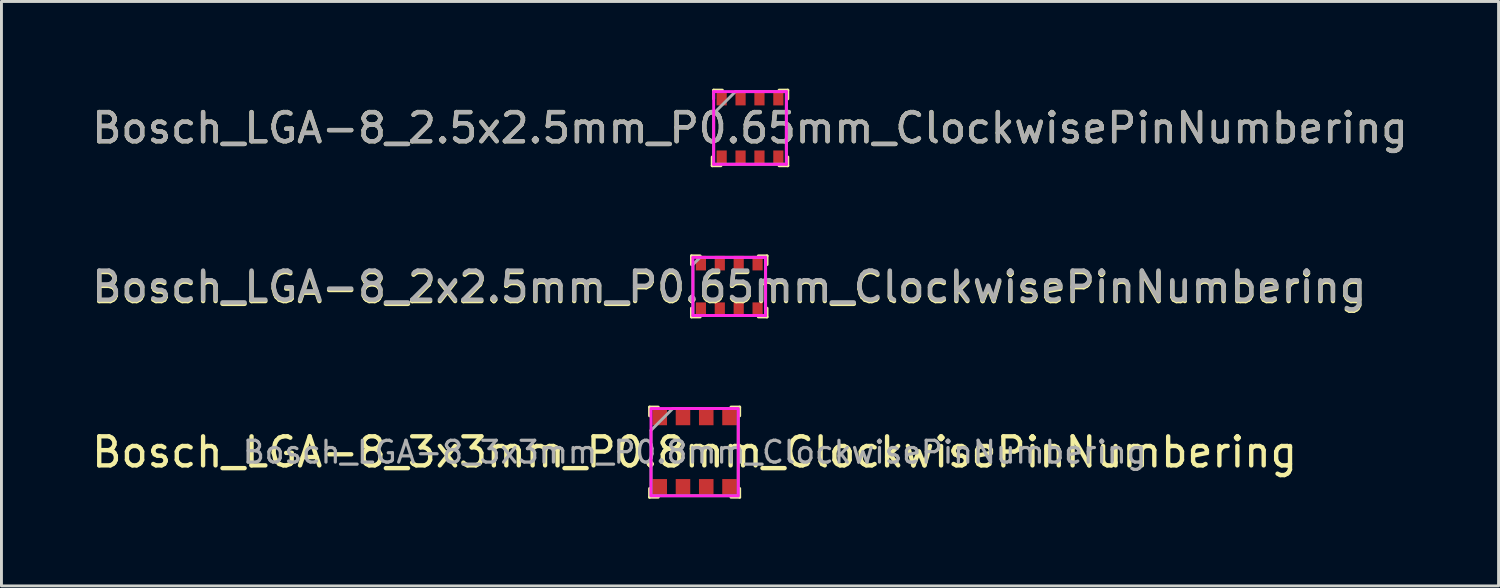
<source format=kicad_pcb>
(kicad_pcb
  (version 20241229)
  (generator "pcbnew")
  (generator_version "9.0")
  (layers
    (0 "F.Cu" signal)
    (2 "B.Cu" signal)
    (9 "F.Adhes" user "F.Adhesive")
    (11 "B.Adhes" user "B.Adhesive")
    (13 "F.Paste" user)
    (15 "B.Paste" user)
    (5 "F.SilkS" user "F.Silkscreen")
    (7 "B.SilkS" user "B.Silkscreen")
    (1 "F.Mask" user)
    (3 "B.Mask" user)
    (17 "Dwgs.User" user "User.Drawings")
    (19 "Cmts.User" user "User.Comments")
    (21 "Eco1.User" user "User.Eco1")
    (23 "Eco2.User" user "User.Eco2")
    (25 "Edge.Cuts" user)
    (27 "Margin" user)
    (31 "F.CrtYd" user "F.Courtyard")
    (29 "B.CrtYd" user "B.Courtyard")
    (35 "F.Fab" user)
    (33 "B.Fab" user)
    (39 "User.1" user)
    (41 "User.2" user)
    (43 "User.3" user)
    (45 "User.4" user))
  (footprint "Bosch_LGA-8_2.5x2.5mm_P0.65mm_ClockwisePinNumbering"
    (layer "F.Cu")
    (at 22.744 1.35)
    (property "Reference" "Bosch_LGA-8_2.5x2.5mm_P0.65mm_ClockwisePinNumbering" (at 0 0 0) (layer "F.SilkS") (effects (font (size 1 1) (thickness 0.15))))
    (attr smd)
    (fp_line (start -1.3 1.3) (end -1.3 1) (stroke (width 0.1) (type default)) (layer "F.SilkS"))
    (fp_line (start -1.3 1.3) (end -1 1.3) (stroke (width 0.1) (type default)) (layer "F.SilkS"))
    (fp_line (start -1.25 -1.3) (end -1.25 -1) (stroke (width 0.1) (type default)) (layer "F.SilkS"))
    (fp_line (start -1.25 -1.3) (end -0.95 -1.3) (stroke (width 0.1) (type default)) (layer "F.SilkS"))
    (fp_line (start 1.3 -1.3) (end 1 -1.3) (stroke (width 0.1) (type default)) (layer "F.SilkS"))
    (fp_line (start 1.3 -1.3) (end 1.3 -1) (stroke (width 0.1) (type default)) (layer "F.SilkS"))
    (fp_line (start 1.3 1.3) (end 1 1.3) (stroke (width 0.1) (type default)) (layer "F.SilkS"))
    (fp_line (start 1.3 1.3) (end 1.3 1) (stroke (width 0.1) (type default)) (layer "F.SilkS"))
    (fp_line (start -1.25 -1.25) (end 1.25 -1.25) (stroke (width 0.1) (type solid)) (layer "F.CrtYd"))
    (fp_line (start -1.25 1.25) (end -1.25 -1.25) (stroke (width 0.1) (type solid)) (layer "F.CrtYd"))
    (fp_line (start 1.25 -1.25) (end 1.25 1.25) (stroke (width 0.1) (type solid)) (layer "F.CrtYd"))
    (fp_line (start 1.25 1.25) (end -1.25 1.25) (stroke (width 0.1) (type solid)) (layer "F.CrtYd"))
    (fp_line (start -1.25 -0.5) (end -0.5 -1.25) (stroke (width 0.1) (type solid)) (layer "F.Fab"))
    (fp_line (start -1.25 1.25) (end -1.25 -0.5) (stroke (width 0.1) (type solid)) (layer "F.Fab"))
    (fp_line (start -0.5 -1.25) (end 1.25 -1.25) (stroke (width 0.1) (type solid)) (layer "F.Fab"))
    (fp_line (start 1.25 -1.25) (end 1.25 1.25) (stroke (width 0.1) (type solid)) (layer "F.Fab"))
    (fp_line (start 1.25 1.25) (end -1.25 1.25) (stroke (width 0.1) (type solid)) (layer "F.Fab"))
    (fp_text user "${REFERENCE}" (at 0 0 180) (layer "F.Fab") (effects (font (size 1 1) (thickness 0.15))))
    (pad "1" smd rect (at -0.975 -1.025 90) (size 0.5 0.35) (layers "F.Cu" "F.Mask" "F.Paste"))
    (pad "2" smd rect (at -0.325 -1.025 90) (size 0.5 0.35) (layers "F.Cu" "F.Mask" "F.Paste"))
    (pad "3" smd rect (at 0.325 -1.025 90) (size 0.5 0.35) (layers "F.Cu" "F.Mask" "F.Paste"))
    (pad "4" smd rect (at 0.975 -1.025 90) (size 0.5 0.35) (layers "F.Cu" "F.Mask" "F.Paste"))
    (pad "5" smd rect (at 0.975 1.025 90) (size 0.5 0.35) (layers "F.Cu" "F.Mask" "F.Paste"))
    (pad "6" smd rect (at 0.325 1.025 90) (size 0.5 0.35) (layers "F.Cu" "F.Mask" "F.Paste"))
    (pad "7" smd rect (at -0.325 1.025 90) (size 0.5 0.35) (layers "F.Cu" "F.Mask" "F.Paste"))
    (pad "8" smd rect (at -0.975 1.025 90) (size 0.5 0.35) (layers "F.Cu" "F.Mask" "F.Paste")))
  (footprint "Bosch_LGA-8_2x2.5mm_P0.65mm_ClockwisePinNumbering"
    (layer "F.Cu")
    (at 22.03 6.8)
    (property "Reference" "Bosch_LGA-8_2x2.5mm_P0.65mm_ClockwisePinNumbering" (at 0 0.05 0) (layer "F.SilkS") (effects (font (size 1 1) (thickness 0.15))))
    (attr smd)
    (fp_line (start -1.3 -1.05) (end -1.3 -0.75) (stroke (width 0.1) (type default)) (layer "F.SilkS"))
    (fp_line (start -1.3 -1.05) (end -1 -1.05) (stroke (width 0.1) (type default)) (layer "F.SilkS"))
    (fp_line (start -1.3 1.05) (end -1.3 0.75) (stroke (width 0.1) (type default)) (layer "F.SilkS"))
    (fp_line (start -1.3 1.05) (end -1 1.05) (stroke (width 0.1) (type default)) (layer "F.SilkS"))
    (fp_line (start 1.3 -1.05) (end 1 -1.05) (stroke (width 0.1) (type default)) (layer "F.SilkS"))
    (fp_line (start 1.3 -1.05) (end 1.3 -0.75) (stroke (width 0.1) (type default)) (layer "F.SilkS"))
    (fp_line (start 1.3 1.05) (end 1 1.05) (stroke (width 0.1) (type default)) (layer "F.SilkS"))
    (fp_line (start 1.3 1.05) (end 1.3 0.75) (stroke (width 0.1) (type default)) (layer "F.SilkS"))
    (fp_line (start -1.25 -1) (end 1.225 -1) (stroke (width 0.1) (type solid)) (layer "F.CrtYd"))
    (fp_line (start -1.25 1) (end -1.25 -1) (stroke (width 0.1) (type solid)) (layer "F.CrtYd"))
    (fp_line (start 1.25 -1) (end 1.25 1) (stroke (width 0.1) (type solid)) (layer "F.CrtYd"))
    (fp_line (start 1.25 1) (end -1.25 1) (stroke (width 0.1) (type solid)) (layer "F.CrtYd"))
    (fp_line (start -1.25 1) (end -1.25 -0.75) (stroke (width 0.1) (type solid)) (layer "F.Fab"))
    (fp_line (start -1.25 1) (end 1.25 1) (stroke (width 0.1) (type solid)) (layer "F.Fab"))
    (fp_line (start -1 -1) (end -1.25 -0.75) (stroke (width 0.1) (type solid)) (layer "F.Fab"))
    (fp_line (start 1.25 -1) (end -1 -1) (stroke (width 0.1) (type solid)) (layer "F.Fab"))
    (fp_line (start 1.25 -1) (end 1.25 1) (stroke (width 0.1) (type solid)) (layer "F.Fab"))
    (fp_text user "${REFERENCE}" (at 0 0 0) (layer "F.Fab") (effects (font (size 1 1) (thickness 0.15))))
    (pad "1" smd rect (at -0.975 -0.8 90) (size 0.5 0.35) (layers "F.Cu" "F.Mask" "F.Paste"))
    (pad "2" smd rect (at -0.325 -0.8 90) (size 0.5 0.35) (layers "F.Cu" "F.Mask" "F.Paste"))
    (pad "3" smd rect (at 0.325 -0.8 90) (size 0.5 0.35) (layers "F.Cu" "F.Mask" "F.Paste"))
    (pad "4" smd rect (at 0.975 -0.8 90) (size 0.5 0.35) (layers "F.Cu" "F.Mask" "F.Paste"))
    (pad "5" smd rect (at 0.975 0.8 90) (size 0.5 0.35) (layers "F.Cu" "F.Mask" "F.Paste"))
    (pad "6" smd rect (at 0.325 0.8 90) (size 0.5 0.35) (layers "F.Cu" "F.Mask" "F.Paste"))
    (pad "7" smd rect (at -0.325 0.8 90) (size 0.5 0.35) (layers "F.Cu" "F.Mask" "F.Paste"))
    (pad "8" smd rect (at -0.975 0.8 90) (size 0.5 0.35) (layers "F.Cu" "F.Mask" "F.Paste")))
  (footprint "Bosch_LGA-8_3x3mm_P0.8mm_ClockwisePinNumbering"
    (layer "F.Cu")
    (at 20.839 12.5)
    (property "Reference" "Bosch_LGA-8_3x3mm_P0.8mm_ClockwisePinNumbering" (at 0 0 0) (layer "F.SilkS") (effects (font (size 1 1) (thickness 0.15))))
    (attr smd)
    (fp_line (start -1.55 -1.55) (end -1.55 -1.25) (stroke (width 0.1) (type default)) (layer "F.SilkS"))
    (fp_line (start -1.55 -1.55) (end -1.25 -1.55) (stroke (width 0.1) (type default)) (layer "F.SilkS"))
    (fp_line (start -1.55 1.55) (end -1.55 1.25) (stroke (width 0.1) (type default)) (layer "F.SilkS"))
    (fp_line (start -1.55 1.55) (end -1.25 1.55) (stroke (width 0.1) (type default)) (layer "F.SilkS"))
    (fp_line (start 1.55 -1.55) (end 1.25 -1.55) (stroke (width 0.1) (type default)) (layer "F.SilkS"))
    (fp_line (start 1.55 -1.55) (end 1.55 -1.25) (stroke (width 0.1) (type default)) (layer "F.SilkS"))
    (fp_line (start 1.55 1.55) (end 1.25 1.55) (stroke (width 0.1) (type default)) (layer "F.SilkS"))
    (fp_line (start 1.55 1.55) (end 1.55 1.25) (stroke (width 0.1) (type default)) (layer "F.SilkS"))
    (fp_rect (start -1.5 -1.5) (end 1.5 1.5) (stroke (width 0.1) (type default)) (fill no) (layer "F.CrtYd"))
    (fp_line (start -1.5 -0.75) (end -0.75 -1.5) (stroke (width 0.1) (type solid)) (layer "F.Fab"))
    (fp_line (start -1.5 1.5) (end -1.5 -0.75) (stroke (width 0.1) (type solid)) (layer "F.Fab"))
    (fp_line (start -0.75 -1.5) (end 1.5 -1.5) (stroke (width 0.1) (type solid)) (layer "F.Fab"))
    (fp_line (start 1.5 -1.5) (end 1.5 1.5) (stroke (width 0.1) (type solid)) (layer "F.Fab"))
    (fp_line (start 1.5 1.5) (end -1.5 1.5) (stroke (width 0.1) (type solid)) (layer "F.Fab"))
    (fp_text user "${REFERENCE}" (at 0 0 0) (layer "F.Fab") (effects (font (size 0.75 0.75) (thickness 0.11))))
    (pad "1" smd rect (at -1.2 -1.188) (size 0.5 0.525) (layers "F.Cu" "F.Mask" "F.Paste"))
    (pad "2" smd rect (at -0.4 -1.188) (size 0.5 0.525) (layers "F.Cu" "F.Mask" "F.Paste"))
    (pad "3" smd rect (at 0.4 -1.188) (size 0.5 0.525) (layers "F.Cu" "F.Mask" "F.Paste"))
    (pad "4" smd rect (at 1.2 -1.188) (size 0.5 0.525) (layers "F.Cu" "F.Mask" "F.Paste"))
    (pad "5" smd rect (at 1.2 1.188) (size 0.5 0.525) (layers "F.Cu" "F.Mask" "F.Paste"))
    (pad "6" smd rect (at 0.4 1.188) (size 0.5 0.525) (layers "F.Cu" "F.Mask" "F.Paste"))
    (pad "7" smd rect (at -0.4 1.188) (size 0.5 0.525) (layers "F.Cu" "F.Mask" "F.Paste"))
    (pad "8" smd rect (at -1.2 1.188) (size 0.5 0.525) (layers "F.Cu" "F.Mask" "F.Paste")))
  (gr_rect
    (start -3 -3)
    (end 48.488 17.1)
    (stroke (width 0.1) (type default))
    (fill no)
    (layer "Edge.Cuts")))
</source>
